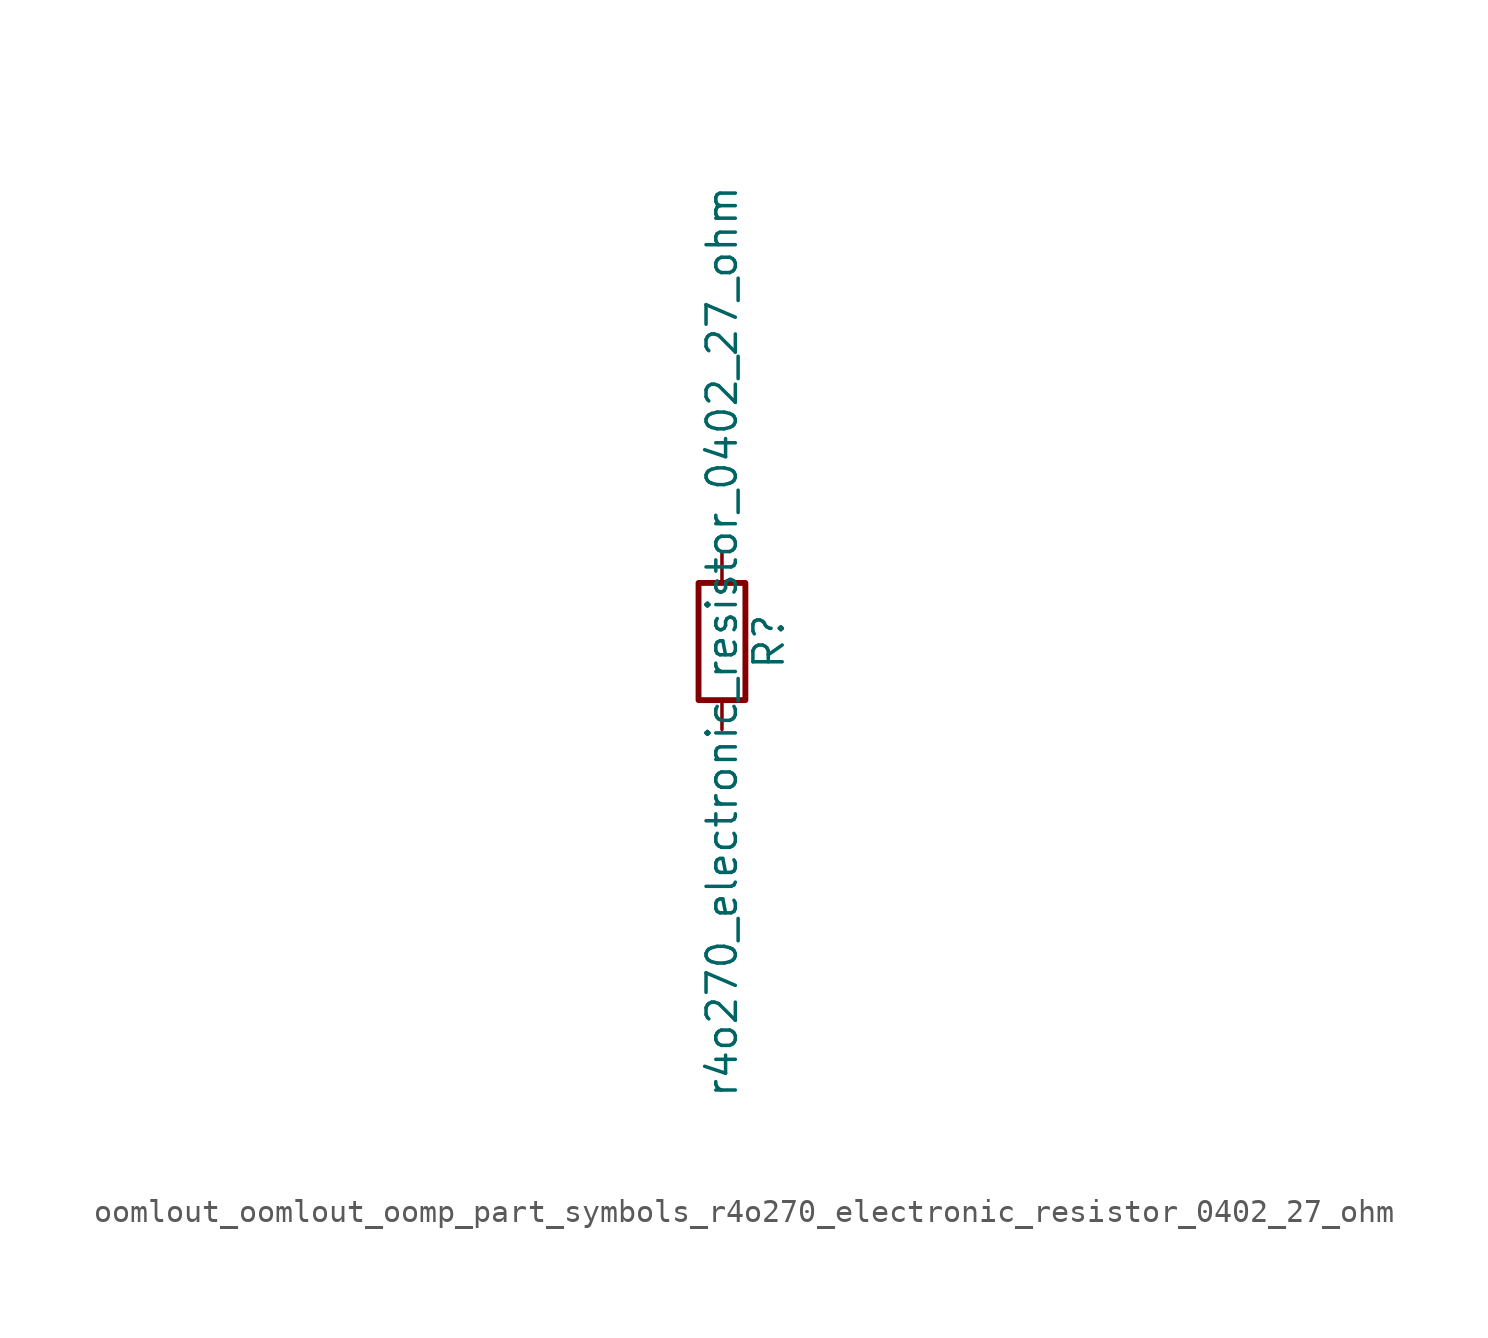
<source format=kicad_sym>
(kicad_symbol_lib
  (version 20220914)
  (generator kicad_symbol_editor)
  (symbol "oomlout_oomlout_oomp_part_symbols_r4o270_electronic_resistor_0402_27_ohm"
    (pin_numbers hide)
    (pin_names
      (offset 0))
    (property "Reference" "R"
      (at 2.032 0 90)
      (effects (font (size 1.27 1.27))))
    (property "Value" "r4o270_electronic_resistor_0402_27_ohm"
      (at 0 0 90)
      (effects (font (size 1.27 1.27))))
    (symbol "oomlout_oomlout_oomp_part_symbols_r4o270_electronic_resistor_0402_27_ohm_0_1"
      (rectangle (start -1.016 -2.54) (end 1.016 2.54) (stroke (width 0.254) (type default)) (fill (type none))))
    (symbol "oomlout_oomlout_oomp_part_symbols_r4o270_electronic_resistor_0402_27_ohm_1_1"
      (pin passive line (at 0 3.81 270) (length 1.27) (name "~" (effects (font (size 1.27 1.27)))) (number "1" (effects (font (size 1.27 1.27)))))
      (pin passive line (at 0 -3.81 90) (length 1.27) (name "~" (effects (font (size 1.27 1.27)))) (number "2" (effects (font (size 1.27 1.27))))))))
</source>
